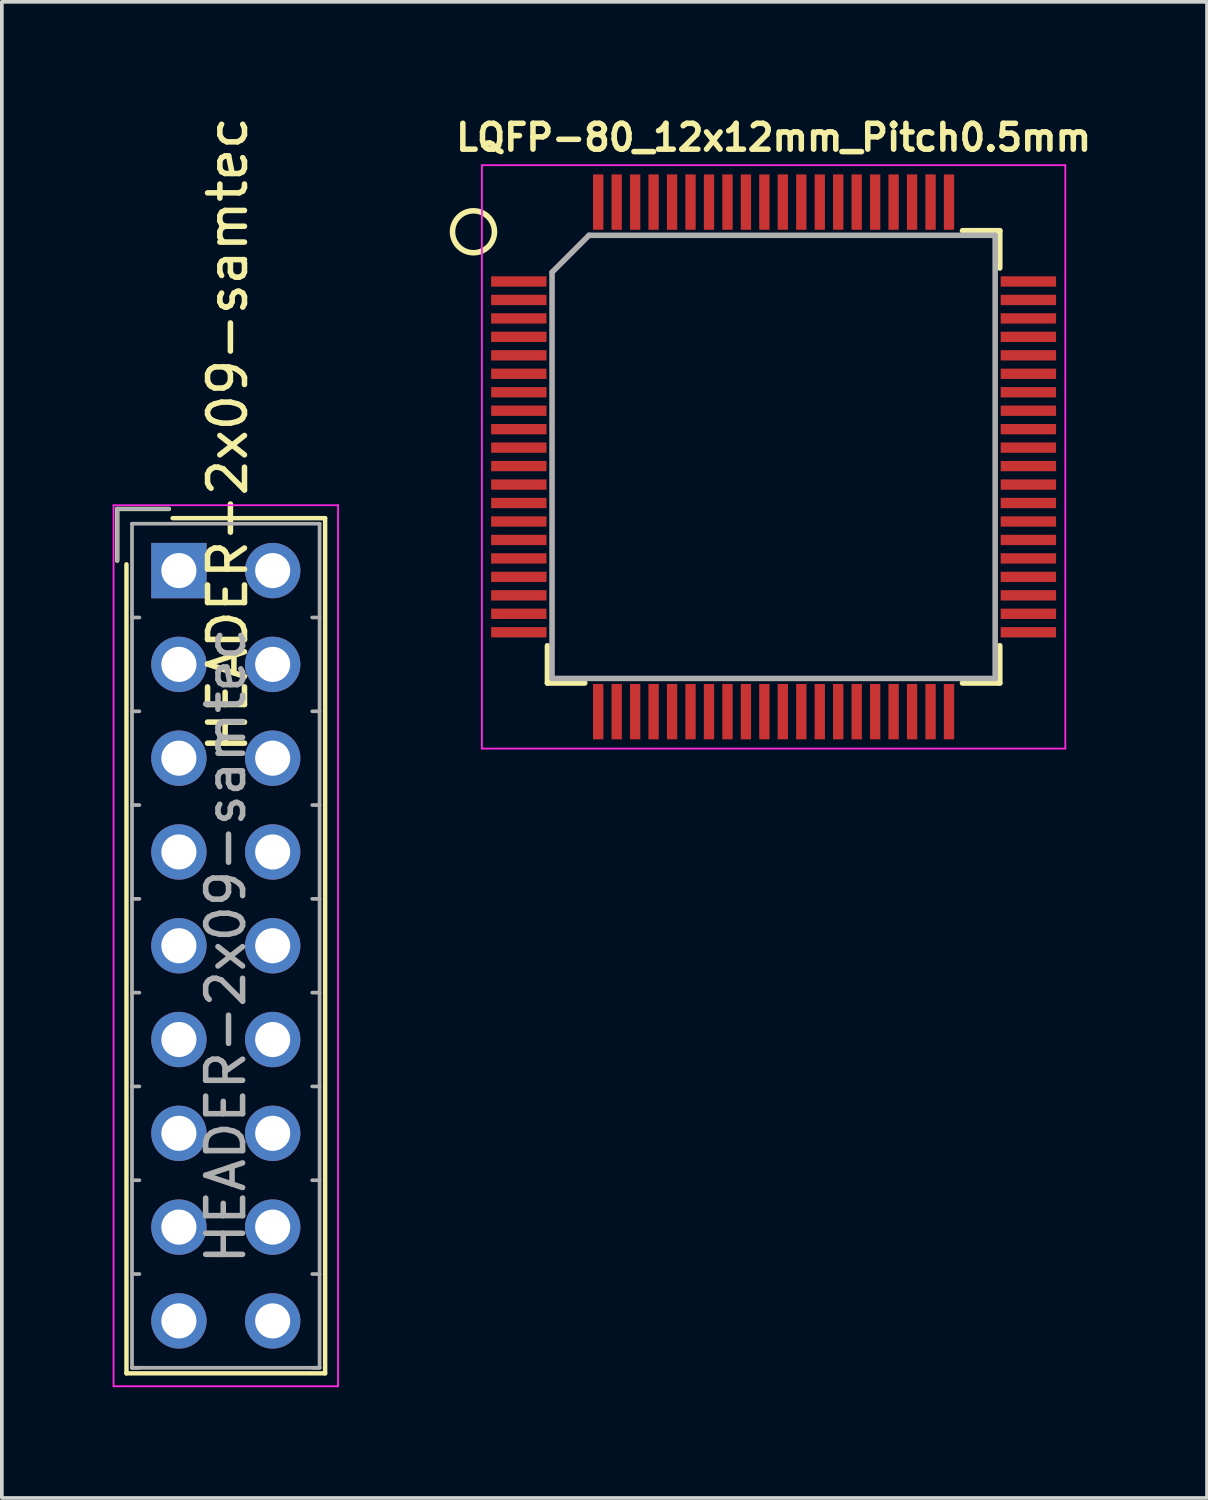
<source format=kicad_pcb>
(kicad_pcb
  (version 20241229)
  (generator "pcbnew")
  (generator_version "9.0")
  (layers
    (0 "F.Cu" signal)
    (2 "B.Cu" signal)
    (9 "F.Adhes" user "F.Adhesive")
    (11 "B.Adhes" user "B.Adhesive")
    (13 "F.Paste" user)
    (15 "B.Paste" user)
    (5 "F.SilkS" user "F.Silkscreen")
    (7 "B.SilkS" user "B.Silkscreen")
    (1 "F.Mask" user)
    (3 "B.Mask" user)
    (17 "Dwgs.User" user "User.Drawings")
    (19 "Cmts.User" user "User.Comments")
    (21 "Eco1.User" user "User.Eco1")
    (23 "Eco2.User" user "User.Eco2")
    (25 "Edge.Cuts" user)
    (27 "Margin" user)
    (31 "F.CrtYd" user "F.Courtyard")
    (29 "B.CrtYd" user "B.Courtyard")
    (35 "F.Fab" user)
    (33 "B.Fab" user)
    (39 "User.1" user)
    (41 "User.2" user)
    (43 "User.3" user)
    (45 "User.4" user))
  (footprint "HEADER-2x09-samtec"
    (layer "F.Cu")
    (at 1.795 12.403)
    (property "Reference" "HEADER-2x09-samtec" (at 1.321 -3.683 90) (layer "F.SilkS") (effects (font (size 1 1) (thickness 0.15))))
    (attr through_hole)
    (fp_line (start -1.67 -1.67) (end -1.67 -0.27) (stroke (width 0.12) (type solid)) (layer "F.SilkS"))
    (fp_line (start -1.42 21.74) (end -1.42 -0.17) (stroke (width 0.12) (type solid)) (layer "F.SilkS"))
    (fp_line (start -0.27 -1.67) (end -1.67 -1.67) (stroke (width 0.12) (type solid)) (layer "F.SilkS"))
    (fp_line (start -0.17 -1.42) (end 3.96 -1.42) (stroke (width 0.12) (type solid)) (layer "F.SilkS"))
    (fp_line (start 3.96 -1.42) (end 3.96 21.74) (stroke (width 0.12) (type solid)) (layer "F.SilkS"))
    (fp_line (start 3.96 21.74) (end -1.42 21.74) (stroke (width 0.12) (type solid)) (layer "F.SilkS"))
    (fp_line (start -1.77 -1.77) (end -1.77 22.09) (stroke (width 0.05) (type solid)) (layer "F.CrtYd"))
    (fp_line (start -1.77 22.09) (end 4.31 22.09) (stroke (width 0.05) (type solid)) (layer "F.CrtYd"))
    (fp_line (start 4.31 -1.77) (end -1.77 -1.77) (stroke (width 0.05) (type solid)) (layer "F.CrtYd"))
    (fp_line (start 4.31 22.09) (end 4.31 -1.77) (stroke (width 0.05) (type solid)) (layer "F.CrtYd"))
    (fp_line (start -1.67 -1.67) (end -1.67 -0.27) (stroke (width 0.1) (type solid)) (layer "F.Fab"))
    (fp_line (start -1.27 -1.27) (end -1.27 21.59) (stroke (width 0.1) (type solid)) (layer "F.Fab"))
    (fp_line (start -1.27 1.27) (end -1.07 1.27) (stroke (width 0.1) (type solid)) (layer "F.Fab"))
    (fp_line (start -1.27 3.81) (end -1.07 3.81) (stroke (width 0.1) (type solid)) (layer "F.Fab"))
    (fp_line (start -1.27 6.35) (end -1.07 6.35) (stroke (width 0.1) (type solid)) (layer "F.Fab"))
    (fp_line (start -1.27 8.89) (end -1.07 8.89) (stroke (width 0.1) (type solid)) (layer "F.Fab"))
    (fp_line (start -1.27 11.43) (end -1.07 11.43) (stroke (width 0.1) (type solid)) (layer "F.Fab"))
    (fp_line (start -1.27 13.97) (end -1.07 13.97) (stroke (width 0.1) (type solid)) (layer "F.Fab"))
    (fp_line (start -1.27 16.51) (end -1.07 16.51) (stroke (width 0.1) (type solid)) (layer "F.Fab"))
    (fp_line (start -1.27 19.05) (end -1.07 19.05) (stroke (width 0.1) (type solid)) (layer "F.Fab"))
    (fp_line (start -1.27 21.59) (end -1.07 21.59) (stroke (width 0.1) (type solid)) (layer "F.Fab"))
    (fp_line (start -1.27 21.59) (end 3.81 21.59) (stroke (width 0.1) (type solid)) (layer "F.Fab"))
    (fp_line (start -0.27 -1.67) (end -1.67 -1.67) (stroke (width 0.1) (type solid)) (layer "F.Fab"))
    (fp_line (start 3.81 -1.27) (end -1.27 -1.27) (stroke (width 0.1) (type solid)) (layer "F.Fab"))
    (fp_line (start 3.81 1.27) (end 3.61 1.27) (stroke (width 0.1) (type solid)) (layer "F.Fab"))
    (fp_line (start 3.81 3.81) (end 3.61 3.81) (stroke (width 0.1) (type solid)) (layer "F.Fab"))
    (fp_line (start 3.81 6.35) (end 3.61 6.35) (stroke (width 0.1) (type solid)) (layer "F.Fab"))
    (fp_line (start 3.81 8.89) (end 3.61 8.89) (stroke (width 0.1) (type solid)) (layer "F.Fab"))
    (fp_line (start 3.81 11.43) (end 3.61 11.43) (stroke (width 0.1) (type solid)) (layer "F.Fab"))
    (fp_line (start 3.81 13.97) (end 3.61 13.97) (stroke (width 0.1) (type solid)) (layer "F.Fab"))
    (fp_line (start 3.81 16.51) (end 3.61 16.51) (stroke (width 0.1) (type solid)) (layer "F.Fab"))
    (fp_line (start 3.81 19.05) (end 3.61 19.05) (stroke (width 0.1) (type solid)) (layer "F.Fab"))
    (fp_line (start 3.81 21.59) (end 3.61 21.59) (stroke (width 0.1) (type solid)) (layer "F.Fab"))
    (fp_line (start 3.81 21.59) (end 3.81 -1.27) (stroke (width 0.1) (type solid)) (layer "F.Fab"))
    (fp_text user "${REFERENCE}" (at 1.27 10.16 90) (layer "F.Fab") (effects (font (size 1 1) (thickness 0.15))))
    (pad "1" thru_hole rect (at 0 0) (size 1.5 1.5) (drill 0.95) (layers "*.Cu" "*.Mask"))
    (pad "2" thru_hole circle (at 2.54 0) (size 1.5 1.5) (drill 0.95) (layers "*.Cu" "*.Mask"))
    (pad "3" thru_hole circle (at 0 2.54) (size 1.5 1.5) (drill 0.95) (layers "*.Cu" "*.Mask"))
    (pad "4" thru_hole circle (at 2.54 2.54) (size 1.5 1.5) (drill 0.95) (layers "*.Cu" "*.Mask"))
    (pad "5" thru_hole circle (at 0 5.08) (size 1.5 1.5) (drill 0.95) (layers "*.Cu" "*.Mask"))
    (pad "6" thru_hole circle (at 2.54 5.08) (size 1.5 1.5) (drill 0.95) (layers "*.Cu" "*.Mask"))
    (pad "7" thru_hole circle (at 0 7.62) (size 1.5 1.5) (drill 0.95) (layers "*.Cu" "*.Mask"))
    (pad "8" thru_hole circle (at 2.54 7.62) (size 1.5 1.5) (drill 0.95) (layers "*.Cu" "*.Mask"))
    (pad "9" thru_hole circle (at 0 10.16) (size 1.5 1.5) (drill 0.95) (layers "*.Cu" "*.Mask"))
    (pad "10" thru_hole circle (at 2.54 10.16) (size 1.5 1.5) (drill 0.95) (layers "*.Cu" "*.Mask"))
    (pad "11" thru_hole circle (at 0 12.7) (size 1.5 1.5) (drill 0.95) (layers "*.Cu" "*.Mask"))
    (pad "12" thru_hole circle (at 2.54 12.7) (size 1.5 1.5) (drill 0.95) (layers "*.Cu" "*.Mask"))
    (pad "13" thru_hole circle (at 0 15.24) (size 1.5 1.5) (drill 0.95) (layers "*.Cu" "*.Mask"))
    (pad "14" thru_hole circle (at 2.54 15.24) (size 1.5 1.5) (drill 0.95) (layers "*.Cu" "*.Mask"))
    (pad "15" thru_hole circle (at 0 17.78) (size 1.5 1.5) (drill 0.95) (layers "*.Cu" "*.Mask"))
    (pad "16" thru_hole circle (at 2.54 17.78) (size 1.5 1.5) (drill 0.95) (layers "*.Cu" "*.Mask"))
    (pad "17" thru_hole circle (at 0 20.32) (size 1.5 1.5) (drill 0.95) (layers "*.Cu" "*.Mask"))
    (pad "18" thru_hole circle (at 2.54 20.32) (size 1.5 1.5) (drill 0.95) (layers "*.Cu" "*.Mask")))
  (footprint "LQFP-80_12x12mm_Pitch0.5mm"
    (layer "F.Cu")
    (at 17.901 9.323)
    (property "Reference" "LQFP-80_12x12mm_Pitch0.5mm" (at 0 -8.65 0) (layer "F.SilkS") (effects (font (size 0.7 0.7) (thickness 0.15))))
    (attr smd)
    (fp_line (start -6.125 6.125) (end -6.125 5.115) (stroke (width 0.15) (type solid)) (layer "F.SilkS"))
    (fp_line (start -6.125 6.125) (end -5.115 6.125) (stroke (width 0.15) (type solid)) (layer "F.SilkS"))
    (fp_line (start 6.125 -6.125) (end 5.115 -6.125) (stroke (width 0.15) (type solid)) (layer "F.SilkS"))
    (fp_line (start 6.125 -6.125) (end 6.125 -5.115) (stroke (width 0.15) (type solid)) (layer "F.SilkS"))
    (fp_line (start 6.125 6.125) (end 5.115 6.125) (stroke (width 0.15) (type solid)) (layer "F.SilkS"))
    (fp_line (start 6.125 6.125) (end 6.125 5.115) (stroke (width 0.15) (type solid)) (layer "F.SilkS"))
    (fp_circle (center -8.128 -6.096) (end -7.62 -5.842) (stroke (width 0.15) (type solid)) (fill no) (layer "F.SilkS"))
    (fp_line (start -7.9 -7.9) (end -7.9 7.9) (stroke (width 0.05) (type solid)) (layer "F.CrtYd"))
    (fp_line (start -7.9 -7.9) (end 7.9 -7.9) (stroke (width 0.05) (type solid)) (layer "F.CrtYd"))
    (fp_line (start -7.9 7.9) (end 7.9 7.9) (stroke (width 0.05) (type solid)) (layer "F.CrtYd"))
    (fp_line (start 7.9 -7.9) (end 7.9 7.9) (stroke (width 0.05) (type solid)) (layer "F.CrtYd"))
    (fp_line (start -6 -5) (end -5 -6) (stroke (width 0.15) (type solid)) (layer "F.Fab"))
    (fp_line (start -6 6) (end -6 -5) (stroke (width 0.15) (type solid)) (layer "F.Fab"))
    (fp_line (start -5 -6) (end 6 -6) (stroke (width 0.15) (type solid)) (layer "F.Fab"))
    (fp_line (start 6 -6) (end 6 6) (stroke (width 0.15) (type solid)) (layer "F.Fab"))
    (fp_line (start 6 6) (end -6 6) (stroke (width 0.15) (type solid)) (layer "F.Fab"))
    (pad "1" smd rect (at -6.9 -4.75) (size 1.5 0.28) (layers "F.Cu" "F.Mask" "F.Paste"))
    (pad "2" smd rect (at -6.9 -4.25) (size 1.5 0.28) (layers "F.Cu" "F.Mask" "F.Paste"))
    (pad "3" smd rect (at -6.9 -3.75) (size 1.5 0.28) (layers "F.Cu" "F.Mask" "F.Paste"))
    (pad "4" smd rect (at -6.9 -3.25) (size 1.5 0.28) (layers "F.Cu" "F.Mask" "F.Paste"))
    (pad "5" smd rect (at -6.9 -2.75) (size 1.5 0.28) (layers "F.Cu" "F.Mask" "F.Paste"))
    (pad "6" smd rect (at -6.9 -2.25) (size 1.5 0.28) (layers "F.Cu" "F.Mask" "F.Paste"))
    (pad "7" smd rect (at -6.9 -1.75) (size 1.5 0.28) (layers "F.Cu" "F.Mask" "F.Paste"))
    (pad "8" smd rect (at -6.9 -1.25) (size 1.5 0.28) (layers "F.Cu" "F.Mask" "F.Paste"))
    (pad "9" smd rect (at -6.9 -0.75) (size 1.5 0.28) (layers "F.Cu" "F.Mask" "F.Paste"))
    (pad "10" smd rect (at -6.9 -0.25) (size 1.5 0.28) (layers "F.Cu" "F.Mask" "F.Paste"))
    (pad "11" smd rect (at -6.9 0.25) (size 1.5 0.28) (layers "F.Cu" "F.Mask" "F.Paste"))
    (pad "12" smd rect (at -6.9 0.75) (size 1.5 0.28) (layers "F.Cu" "F.Mask" "F.Paste"))
    (pad "13" smd rect (at -6.9 1.25) (size 1.5 0.28) (layers "F.Cu" "F.Mask" "F.Paste"))
    (pad "14" smd rect (at -6.9 1.75) (size 1.5 0.28) (layers "F.Cu" "F.Mask" "F.Paste"))
    (pad "15" smd rect (at -6.9 2.25) (size 1.5 0.28) (layers "F.Cu" "F.Mask" "F.Paste"))
    (pad "16" smd rect (at -6.9 2.75) (size 1.5 0.28) (layers "F.Cu" "F.Mask" "F.Paste"))
    (pad "17" smd rect (at -6.9 3.25) (size 1.5 0.28) (layers "F.Cu" "F.Mask" "F.Paste"))
    (pad "18" smd rect (at -6.9 3.75) (size 1.5 0.28) (layers "F.Cu" "F.Mask" "F.Paste"))
    (pad "19" smd rect (at -6.9 4.25) (size 1.5 0.28) (layers "F.Cu" "F.Mask" "F.Paste"))
    (pad "20" smd rect (at -6.9 4.75) (size 1.5 0.28) (layers "F.Cu" "F.Mask" "F.Paste"))
    (pad "21" smd rect (at -4.75 6.9 90) (size 1.5 0.28) (layers "F.Cu" "F.Mask" "F.Paste"))
    (pad "22" smd rect (at -4.25 6.9 90) (size 1.5 0.28) (layers "F.Cu" "F.Mask" "F.Paste"))
    (pad "23" smd rect (at -3.75 6.9 90) (size 1.5 0.28) (layers "F.Cu" "F.Mask" "F.Paste"))
    (pad "24" smd rect (at -3.25 6.9 90) (size 1.5 0.28) (layers "F.Cu" "F.Mask" "F.Paste"))
    (pad "25" smd rect (at -2.75 6.9 90) (size 1.5 0.28) (layers "F.Cu" "F.Mask" "F.Paste"))
    (pad "26" smd rect (at -2.25 6.9 90) (size 1.5 0.28) (layers "F.Cu" "F.Mask" "F.Paste"))
    (pad "27" smd rect (at -1.75 6.9 90) (size 1.5 0.28) (layers "F.Cu" "F.Mask" "F.Paste"))
    (pad "28" smd rect (at -1.25 6.9 90) (size 1.5 0.28) (layers "F.Cu" "F.Mask" "F.Paste"))
    (pad "29" smd rect (at -0.75 6.9 90) (size 1.5 0.28) (layers "F.Cu" "F.Mask" "F.Paste"))
    (pad "30" smd rect (at -0.25 6.9 90) (size 1.5 0.28) (layers "F.Cu" "F.Mask" "F.Paste"))
    (pad "31" smd rect (at 0.25 6.9 90) (size 1.5 0.28) (layers "F.Cu" "F.Mask" "F.Paste"))
    (pad "32" smd rect (at 0.75 6.9 90) (size 1.5 0.28) (layers "F.Cu" "F.Mask" "F.Paste"))
    (pad "33" smd rect (at 1.25 6.9 90) (size 1.5 0.28) (layers "F.Cu" "F.Mask" "F.Paste"))
    (pad "34" smd rect (at 1.75 6.9 90) (size 1.5 0.28) (layers "F.Cu" "F.Mask" "F.Paste"))
    (pad "35" smd rect (at 2.25 6.9 90) (size 1.5 0.28) (layers "F.Cu" "F.Mask" "F.Paste"))
    (pad "36" smd rect (at 2.75 6.9 90) (size 1.5 0.28) (layers "F.Cu" "F.Mask" "F.Paste"))
    (pad "37" smd rect (at 3.25 6.9 90) (size 1.5 0.28) (layers "F.Cu" "F.Mask" "F.Paste"))
    (pad "38" smd rect (at 3.75 6.9 90) (size 1.5 0.28) (layers "F.Cu" "F.Mask" "F.Paste"))
    (pad "39" smd rect (at 4.25 6.9 90) (size 1.5 0.28) (layers "F.Cu" "F.Mask" "F.Paste"))
    (pad "40" smd rect (at 4.75 6.9 90) (size 1.5 0.28) (layers "F.Cu" "F.Mask" "F.Paste"))
    (pad "41" smd rect (at 6.9 4.75) (size 1.5 0.28) (layers "F.Cu" "F.Mask" "F.Paste"))
    (pad "42" smd rect (at 6.9 4.25) (size 1.5 0.28) (layers "F.Cu" "F.Mask" "F.Paste"))
    (pad "43" smd rect (at 6.9 3.75) (size 1.5 0.28) (layers "F.Cu" "F.Mask" "F.Paste"))
    (pad "44" smd rect (at 6.9 3.25) (size 1.5 0.28) (layers "F.Cu" "F.Mask" "F.Paste"))
    (pad "45" smd rect (at 6.9 2.75) (size 1.5 0.28) (layers "F.Cu" "F.Mask" "F.Paste"))
    (pad "46" smd rect (at 6.9 2.25) (size 1.5 0.28) (layers "F.Cu" "F.Mask" "F.Paste"))
    (pad "47" smd rect (at 6.9 1.75) (size 1.5 0.28) (layers "F.Cu" "F.Mask" "F.Paste"))
    (pad "48" smd rect (at 6.9 1.25) (size 1.5 0.28) (layers "F.Cu" "F.Mask" "F.Paste"))
    (pad "49" smd rect (at 6.9 0.75) (size 1.5 0.28) (layers "F.Cu" "F.Mask" "F.Paste"))
    (pad "50" smd rect (at 6.9 0.25) (size 1.5 0.28) (layers "F.Cu" "F.Mask" "F.Paste"))
    (pad "51" smd rect (at 6.9 -0.25) (size 1.5 0.28) (layers "F.Cu" "F.Mask" "F.Paste"))
    (pad "52" smd rect (at 6.9 -0.75) (size 1.5 0.28) (layers "F.Cu" "F.Mask" "F.Paste"))
    (pad "53" smd rect (at 6.9 -1.25) (size 1.5 0.28) (layers "F.Cu" "F.Mask" "F.Paste"))
    (pad "54" smd rect (at 6.9 -1.75) (size 1.5 0.28) (layers "F.Cu" "F.Mask" "F.Paste"))
    (pad "55" smd rect (at 6.9 -2.25) (size 1.5 0.28) (layers "F.Cu" "F.Mask" "F.Paste"))
    (pad "56" smd rect (at 6.9 -2.75) (size 1.5 0.28) (layers "F.Cu" "F.Mask" "F.Paste"))
    (pad "57" smd rect (at 6.9 -3.25) (size 1.5 0.28) (layers "F.Cu" "F.Mask" "F.Paste"))
    (pad "58" smd rect (at 6.9 -3.75) (size 1.5 0.28) (layers "F.Cu" "F.Mask" "F.Paste"))
    (pad "59" smd rect (at 6.9 -4.25) (size 1.5 0.28) (layers "F.Cu" "F.Mask" "F.Paste"))
    (pad "60" smd rect (at 6.9 -4.75) (size 1.5 0.28) (layers "F.Cu" "F.Mask" "F.Paste"))
    (pad "61" smd rect (at 4.75 -6.9 90) (size 1.5 0.28) (layers "F.Cu" "F.Mask" "F.Paste"))
    (pad "62" smd rect (at 4.25 -6.9 90) (size 1.5 0.28) (layers "F.Cu" "F.Mask" "F.Paste"))
    (pad "63" smd rect (at 3.75 -6.9 90) (size 1.5 0.28) (layers "F.Cu" "F.Mask" "F.Paste"))
    (pad "64" smd rect (at 3.25 -6.9 90) (size 1.5 0.28) (layers "F.Cu" "F.Mask" "F.Paste"))
    (pad "65" smd rect (at 2.75 -6.9 90) (size 1.5 0.28) (layers "F.Cu" "F.Mask" "F.Paste"))
    (pad "66" smd rect (at 2.25 -6.9 90) (size 1.5 0.28) (layers "F.Cu" "F.Mask" "F.Paste"))
    (pad "67" smd rect (at 1.75 -6.9 90) (size 1.5 0.28) (layers "F.Cu" "F.Mask" "F.Paste"))
    (pad "68" smd rect (at 1.25 -6.9 90) (size 1.5 0.28) (layers "F.Cu" "F.Mask" "F.Paste"))
    (pad "69" smd rect (at 0.75 -6.9 90) (size 1.5 0.28) (layers "F.Cu" "F.Mask" "F.Paste"))
    (pad "70" smd rect (at 0.25 -6.9 90) (size 1.5 0.28) (layers "F.Cu" "F.Mask" "F.Paste"))
    (pad "71" smd rect (at -0.25 -6.9 90) (size 1.5 0.28) (layers "F.Cu" "F.Mask" "F.Paste"))
    (pad "72" smd rect (at -0.75 -6.9 90) (size 1.5 0.28) (layers "F.Cu" "F.Mask" "F.Paste"))
    (pad "73" smd rect (at -1.25 -6.9 90) (size 1.5 0.28) (layers "F.Cu" "F.Mask" "F.Paste"))
    (pad "74" smd rect (at -1.75 -6.9 90) (size 1.5 0.28) (layers "F.Cu" "F.Mask" "F.Paste"))
    (pad "75" smd rect (at -2.25 -6.9 90) (size 1.5 0.28) (layers "F.Cu" "F.Mask" "F.Paste"))
    (pad "76" smd rect (at -2.75 -6.9 90) (size 1.5 0.28) (layers "F.Cu" "F.Mask" "F.Paste"))
    (pad "77" smd rect (at -3.25 -6.9 90) (size 1.5 0.28) (layers "F.Cu" "F.Mask" "F.Paste"))
    (pad "78" smd rect (at -3.75 -6.9 90) (size 1.5 0.28) (layers "F.Cu" "F.Mask" "F.Paste"))
    (pad "79" smd rect (at -4.25 -6.9 90) (size 1.5 0.28) (layers "F.Cu" "F.Mask" "F.Paste"))
    (pad "80" smd rect (at -4.75 -6.9 90) (size 1.5 0.28) (layers "F.Cu" "F.Mask" "F.Paste")))
  (gr_rect
    (start -3 -3)
    (end 29.639 37.518)
    (stroke (width 0.1) (type default))
    (fill no)
    (layer "Edge.Cuts")))
</source>
